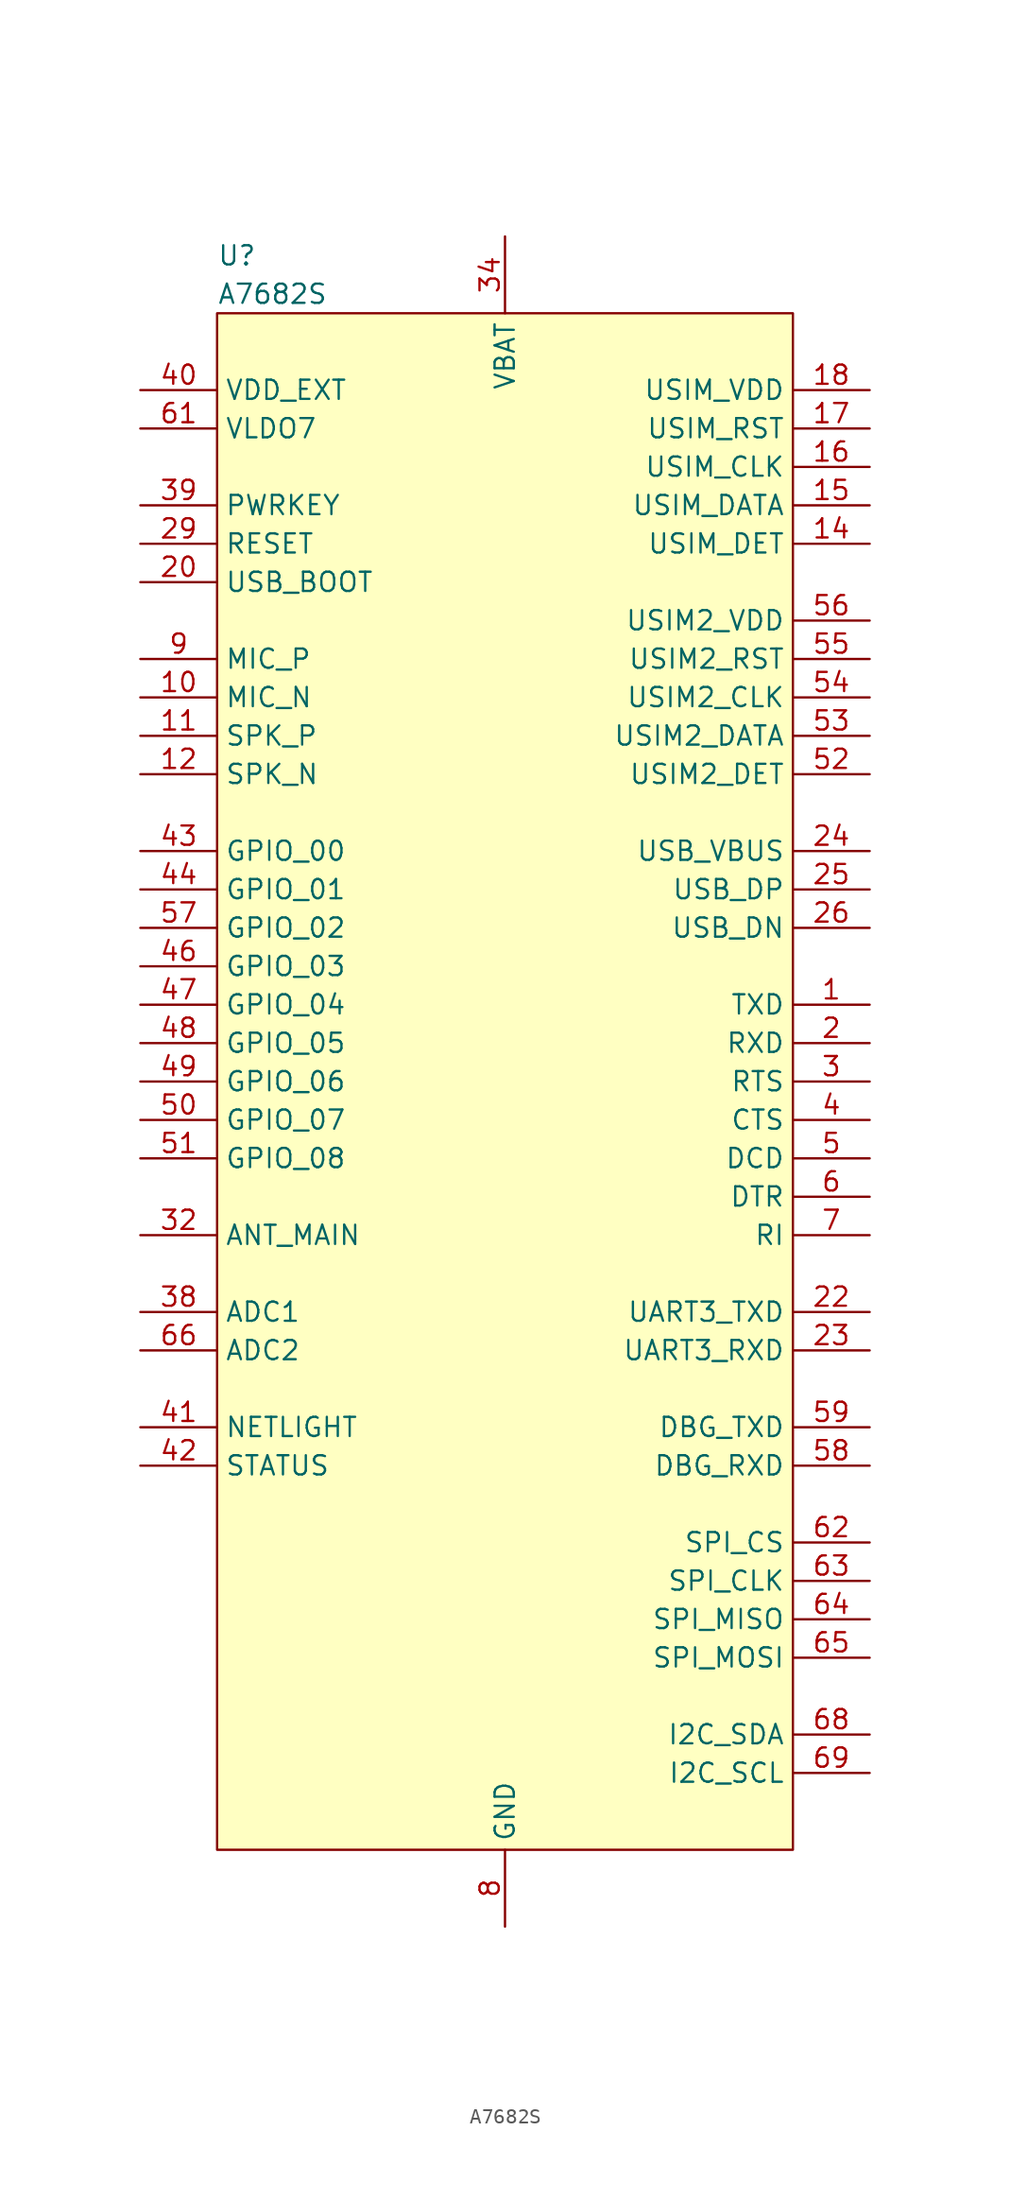
<source format=kicad_sym>
(kicad_symbol_lib
  (version 20220914)
  (generator kicad_symbol_editor)
  (symbol "A7682S"
    (property "Reference" "U"
      (at -19.05 54.61 0)
      (effects (font (size 1.27 1.27)) (justify left)))
    (property "Value" "A7682S"
      (at -19.05 52.07 0)
      (effects (font (size 1.27 1.27)) (justify left)))
    (symbol "A7682S_0_0"
      (pin output line (at 24.13 5.08 180) (length 5.08) (name "TXD" (effects (font (size 1.27 1.27)))) (number "1" (effects (font (size 1.27 1.27)))))
      (pin input line (at -24.13 25.4 0) (length 5.08) (name "MIC_N" (effects (font (size 1.27 1.27)))) (number "10" (effects (font (size 1.27 1.27)))))
      (pin output line (at -24.13 22.86 0) (length 5.08) (name "SPK_P" (effects (font (size 1.27 1.27)))) (number "11" (effects (font (size 1.27 1.27)))))
      (pin output line (at -24.13 20.32 0) (length 5.08) (name "SPK_N" (effects (font (size 1.27 1.27)))) (number "12" (effects (font (size 1.27 1.27)))))
      (pin power_in line (at 0 -55.88 90) (length 5.08) hide (name "GND" (effects (font (size 1.27 1.27)))) (number "13" (effects (font (size 1.27 1.27)))))
      (pin bidirectional line (at 24.13 35.56 180) (length 5.08) (name "USIM_DET" (effects (font (size 1.27 1.27)))) (number "14" (effects (font (size 1.27 1.27)))))
      (pin bidirectional line (at 24.13 38.1 180) (length 5.08) (name "USIM_DATA" (effects (font (size 1.27 1.27)))) (number "15" (effects (font (size 1.27 1.27)))))
      (pin bidirectional line (at 24.13 40.64 180) (length 5.08) (name "USIM_CLK" (effects (font (size 1.27 1.27)))) (number "16" (effects (font (size 1.27 1.27)))))
      (pin bidirectional line (at 24.13 43.18 180) (length 5.08) (name "USIM_RST" (effects (font (size 1.27 1.27)))) (number "17" (effects (font (size 1.27 1.27)))))
      (pin power_out line (at 24.13 45.72 180) (length 5.08) (name "USIM_VDD" (effects (font (size 1.27 1.27)))) (number "18" (effects (font (size 1.27 1.27)))))
      (pin power_in line (at 0 -55.88 90) (length 5.08) hide (name "GND" (effects (font (size 1.27 1.27)))) (number "19" (effects (font (size 1.27 1.27)))))
      (pin input line (at 24.13 2.54 180) (length 5.08) (name "RXD" (effects (font (size 1.27 1.27)))) (number "2" (effects (font (size 1.27 1.27)))))
      (pin input line (at -24.13 33.02 0) (length 5.08) (name "USB_BOOT" (effects (font (size 1.27 1.27)))) (number "20" (effects (font (size 1.27 1.27)))))
      (pin power_in line (at 0 -55.88 90) (length 5.08) hide (name "GND" (effects (font (size 1.27 1.27)))) (number "21" (effects (font (size 1.27 1.27)))))
      (pin output line (at 24.13 -15.24 180) (length 5.08) (name "UART3_TXD" (effects (font (size 1.27 1.27)))) (number "22" (effects (font (size 1.27 1.27)))))
      (pin input line (at 24.13 -17.78 180) (length 5.08) (name "UART3_RXD" (effects (font (size 1.27 1.27)))) (number "23" (effects (font (size 1.27 1.27)))))
      (pin power_in line (at 24.13 15.24 180) (length 5.08) (name "USB_VBUS" (effects (font (size 1.27 1.27)))) (number "24" (effects (font (size 1.27 1.27)))))
      (pin bidirectional line (at 24.13 12.7 180) (length 5.08) (name "USB_DP" (effects (font (size 1.27 1.27)))) (number "25" (effects (font (size 1.27 1.27)))))
      (pin bidirectional line (at 24.13 10.16 180) (length 5.08) (name "USB_DN" (effects (font (size 1.27 1.27)))) (number "26" (effects (font (size 1.27 1.27)))))
      (pin power_in line (at 0 -55.88 90) (length 5.08) hide (name "GND" (effects (font (size 1.27 1.27)))) (number "27" (effects (font (size 1.27 1.27)))))
      (pin no_connect line (at 0 10.16 180) (length 5.08) hide (name "NC" (effects (font (size 1.27 1.27)))) (number "28" (effects (font (size 1.27 1.27)))))
      (pin input line (at -24.13 35.56 0) (length 5.08) (name "RESET" (effects (font (size 1.27 1.27)))) (number "29" (effects (font (size 1.27 1.27)))))
      (pin input line (at 24.13 0 180) (length 5.08) (name "RTS" (effects (font (size 1.27 1.27)))) (number "3" (effects (font (size 1.27 1.27)))))
      (pin power_in line (at 0 -55.88 90) (length 5.08) hide (name "GND" (effects (font (size 1.27 1.27)))) (number "30" (effects (font (size 1.27 1.27)))))
      (pin power_in line (at 0 -55.88 90) (length 5.08) hide (name "GND" (effects (font (size 1.27 1.27)))) (number "31" (effects (font (size 1.27 1.27)))))
      (pin bidirectional line (at -24.13 -10.16 0) (length 5.08) (name "ANT_MAIN" (effects (font (size 1.27 1.27)))) (number "32" (effects (font (size 1.27 1.27)))))
      (pin power_in line (at 0 -55.88 90) (length 5.08) hide (name "GND" (effects (font (size 1.27 1.27)))) (number "33" (effects (font (size 1.27 1.27)))))
      (pin power_in line (at 0 55.88 270) (length 5.08) (name "VBAT" (effects (font (size 1.27 1.27)))) (number "34" (effects (font (size 1.27 1.27)))))
      (pin power_in line (at 0 55.88 270) (length 5.08) hide (name "VBAT" (effects (font (size 1.27 1.27)))) (number "35" (effects (font (size 1.27 1.27)))))
      (pin power_in line (at 0 -55.88 90) (length 5.08) hide (name "GND" (effects (font (size 1.27 1.27)))) (number "36" (effects (font (size 1.27 1.27)))))
      (pin power_in line (at 0 -55.88 90) (length 5.08) hide (name "GND" (effects (font (size 1.27 1.27)))) (number "37" (effects (font (size 1.27 1.27)))))
      (pin input line (at -24.13 -15.24 0) (length 5.08) (name "ADC1" (effects (font (size 1.27 1.27)))) (number "38" (effects (font (size 1.27 1.27)))))
      (pin input line (at -24.13 38.1 0) (length 5.08) (name "PWRKEY" (effects (font (size 1.27 1.27)))) (number "39" (effects (font (size 1.27 1.27)))))
      (pin output line (at 24.13 -2.54 180) (length 5.08) (name "CTS" (effects (font (size 1.27 1.27)))) (number "4" (effects (font (size 1.27 1.27)))))
      (pin power_out line (at -24.13 45.72 0) (length 5.08) (name "VDD_EXT" (effects (font (size 1.27 1.27)))) (number "40" (effects (font (size 1.27 1.27)))))
      (pin output line (at -24.13 -22.86 0) (length 5.08) (name "NETLIGHT" (effects (font (size 1.27 1.27)))) (number "41" (effects (font (size 1.27 1.27)))))
      (pin output line (at -24.13 -25.4 0) (length 5.08) (name "STATUS" (effects (font (size 1.27 1.27)))) (number "42" (effects (font (size 1.27 1.27)))))
      (pin bidirectional line (at -24.13 15.24 0) (length 5.08) (name "GPIO_00" (effects (font (size 1.27 1.27)))) (number "43" (effects (font (size 1.27 1.27)))))
      (pin bidirectional line (at -24.13 12.7 0) (length 5.08) (name "GPIO_01" (effects (font (size 1.27 1.27)))) (number "44" (effects (font (size 1.27 1.27)))))
      (pin power_in line (at 0 -55.88 90) (length 5.08) hide (name "GND" (effects (font (size 1.27 1.27)))) (number "45" (effects (font (size 1.27 1.27)))))
      (pin bidirectional line (at -24.13 7.62 0) (length 5.08) (name "GPIO_03" (effects (font (size 1.27 1.27)))) (number "46" (effects (font (size 1.27 1.27)))))
      (pin bidirectional line (at -24.13 5.08 0) (length 5.08) (name "GPIO_04" (effects (font (size 1.27 1.27)))) (number "47" (effects (font (size 1.27 1.27)))))
      (pin bidirectional line (at -24.13 2.54 0) (length 5.08) (name "GPIO_05" (effects (font (size 1.27 1.27)))) (number "48" (effects (font (size 1.27 1.27)))))
      (pin bidirectional line (at -24.13 0 0) (length 5.08) (name "GPIO_06" (effects (font (size 1.27 1.27)))) (number "49" (effects (font (size 1.27 1.27)))))
      (pin output line (at 24.13 -5.08 180) (length 5.08) (name "DCD" (effects (font (size 1.27 1.27)))) (number "5" (effects (font (size 1.27 1.27)))))
      (pin bidirectional line (at -24.13 -2.54 0) (length 5.08) (name "GPIO_07" (effects (font (size 1.27 1.27)))) (number "50" (effects (font (size 1.27 1.27)))))
      (pin bidirectional line (at -24.13 -5.08 0) (length 5.08) (name "GPIO_08" (effects (font (size 1.27 1.27)))) (number "51" (effects (font (size 1.27 1.27)))))
      (pin bidirectional line (at 24.13 20.32 180) (length 5.08) (name "USIM2_DET" (effects (font (size 1.27 1.27)))) (number "52" (effects (font (size 1.27 1.27)))))
      (pin bidirectional line (at 24.13 22.86 180) (length 5.08) (name "USIM2_DATA" (effects (font (size 1.27 1.27)))) (number "53" (effects (font (size 1.27 1.27)))))
      (pin bidirectional line (at 24.13 25.4 180) (length 5.08) (name "USIM2_CLK" (effects (font (size 1.27 1.27)))) (number "54" (effects (font (size 1.27 1.27)))))
      (pin bidirectional line (at 24.13 27.94 180) (length 5.08) (name "USIM2_RST" (effects (font (size 1.27 1.27)))) (number "55" (effects (font (size 1.27 1.27)))))
      (pin power_out line (at 24.13 30.48 180) (length 5.08) (name "USIM2_VDD" (effects (font (size 1.27 1.27)))) (number "56" (effects (font (size 1.27 1.27)))))
      (pin bidirectional line (at -24.13 10.16 0) (length 5.08) (name "GPIO_02" (effects (font (size 1.27 1.27)))) (number "57" (effects (font (size 1.27 1.27)))))
      (pin input line (at 24.13 -25.4 180) (length 5.08) (name "DBG_RXD" (effects (font (size 1.27 1.27)))) (number "58" (effects (font (size 1.27 1.27)))))
      (pin output line (at 24.13 -22.86 180) (length 5.08) (name "DBG_TXD" (effects (font (size 1.27 1.27)))) (number "59" (effects (font (size 1.27 1.27)))))
      (pin input line (at 24.13 -7.62 180) (length 5.08) (name "DTR" (effects (font (size 1.27 1.27)))) (number "6" (effects (font (size 1.27 1.27)))))
      (pin no_connect line (at 0 8.89 180) (length 5.08) hide (name "NC" (effects (font (size 1.27 1.27)))) (number "60" (effects (font (size 1.27 1.27)))))
      (pin power_out line (at -24.13 43.18 0) (length 5.08) (name "VLDO7" (effects (font (size 1.27 1.27)))) (number "61" (effects (font (size 1.27 1.27)))))
      (pin output line (at 24.13 -30.48 180) (length 5.08) (name "SPI_CS" (effects (font (size 1.27 1.27)))) (number "62" (effects (font (size 1.27 1.27)))))
      (pin output line (at 24.13 -33.02 180) (length 5.08) (name "SPI_CLK" (effects (font (size 1.27 1.27)))) (number "63" (effects (font (size 1.27 1.27)))))
      (pin input line (at 24.13 -35.56 180) (length 5.08) (name "SPI_MISO" (effects (font (size 1.27 1.27)))) (number "64" (effects (font (size 1.27 1.27)))))
      (pin output line (at 24.13 -38.1 180) (length 5.08) (name "SPI_MOSI" (effects (font (size 1.27 1.27)))) (number "65" (effects (font (size 1.27 1.27)))))
      (pin input line (at -24.13 -17.78 0) (length 5.08) (name "ADC2" (effects (font (size 1.27 1.27)))) (number "66" (effects (font (size 1.27 1.27)))))
      (pin power_in line (at 0 -55.88 90) (length 5.08) hide (name "GND" (effects (font (size 1.27 1.27)))) (number "67" (effects (font (size 1.27 1.27)))))
      (pin output line (at 24.13 -43.18 180) (length 5.08) (name "I2C_SDA" (effects (font (size 1.27 1.27)))) (number "68" (effects (font (size 1.27 1.27)))))
      (pin bidirectional line (at 24.13 -45.72 180) (length 5.08) (name "I2C_SCL" (effects (font (size 1.27 1.27)))) (number "69" (effects (font (size 1.27 1.27)))))
      (pin output line (at 24.13 -10.16 180) (length 5.08) (name "RI" (effects (font (size 1.27 1.27)))) (number "7" (effects (font (size 1.27 1.27)))))
      (pin power_in line (at 0 -55.88 90) (length 5.08) hide (name "GND" (effects (font (size 1.27 1.27)))) (number "70" (effects (font (size 1.27 1.27)))))
      (pin power_in line (at 0 -55.88 90) (length 5.08) hide (name "GND" (effects (font (size 1.27 1.27)))) (number "71" (effects (font (size 1.27 1.27)))))
      (pin no_connect line (at 0 7.62 180) (length 5.08) hide (name "NC" (effects (font (size 1.27 1.27)))) (number "72" (effects (font (size 1.27 1.27)))))
      (pin no_connect line (at 0 6.35 180) (length 5.08) hide (name "NC" (effects (font (size 1.27 1.27)))) (number "73" (effects (font (size 1.27 1.27)))))
      (pin no_connect line (at 0 5.08 180) (length 5.08) hide (name "NC" (effects (font (size 1.27 1.27)))) (number "74" (effects (font (size 1.27 1.27)))))
      (pin no_connect line (at 0 3.81 180) (length 5.08) hide (name "NC" (effects (font (size 1.27 1.27)))) (number "75" (effects (font (size 1.27 1.27)))))
      (pin no_connect line (at 0 2.54 180) (length 5.08) hide (name "NC" (effects (font (size 1.27 1.27)))) (number "76" (effects (font (size 1.27 1.27)))))
      (pin no_connect line (at 0 1.27 180) (length 5.08) hide (name "NC" (effects (font (size 1.27 1.27)))) (number "77" (effects (font (size 1.27 1.27)))))
      (pin no_connect line (at 0 0 180) (length 5.08) hide (name "NC" (effects (font (size 1.27 1.27)))) (number "78" (effects (font (size 1.27 1.27)))))
      (pin no_connect line (at 0 -1.27 180) (length 5.08) hide (name "NC" (effects (font (size 1.27 1.27)))) (number "79" (effects (font (size 1.27 1.27)))))
      (pin power_in line (at 0 -55.88 90) (length 5.08) (name "GND" (effects (font (size 1.27 1.27)))) (number "8" (effects (font (size 1.27 1.27)))))
      (pin no_connect line (at 0 -2.54 180) (length 5.08) hide (name "NC" (effects (font (size 1.27 1.27)))) (number "80" (effects (font (size 1.27 1.27)))))
      (pin no_connect line (at 0 -3.81 180) (length 5.08) hide (name "NC" (effects (font (size 1.27 1.27)))) (number "81" (effects (font (size 1.27 1.27)))))
      (pin no_connect line (at 0 -5.08 180) (length 5.08) hide (name "NC" (effects (font (size 1.27 1.27)))) (number "82" (effects (font (size 1.27 1.27)))))
      (pin no_connect line (at 0 -6.35 180) (length 5.08) hide (name "NC" (effects (font (size 1.27 1.27)))) (number "83" (effects (font (size 1.27 1.27)))))
      (pin no_connect line (at 0 -7.62 180) (length 5.08) hide (name "NC" (effects (font (size 1.27 1.27)))) (number "84" (effects (font (size 1.27 1.27)))))
      (pin no_connect line (at 0 -8.89 180) (length 5.08) hide (name "NC" (effects (font (size 1.27 1.27)))) (number "85" (effects (font (size 1.27 1.27)))))
      (pin no_connect line (at 0 -10.16 180) (length 5.08) hide (name "NC" (effects (font (size 1.27 1.27)))) (number "86" (effects (font (size 1.27 1.27)))))
      (pin power_in line (at 0 -55.88 90) (length 5.08) hide (name "GND" (effects (font (size 1.27 1.27)))) (number "87" (effects (font (size 1.27 1.27)))))
      (pin power_in line (at 0 -55.88 90) (length 5.08) hide (name "GND" (effects (font (size 1.27 1.27)))) (number "88" (effects (font (size 1.27 1.27)))))
      (pin power_in line (at 0 -55.88 90) (length 5.08) hide (name "GND" (effects (font (size 1.27 1.27)))) (number "89" (effects (font (size 1.27 1.27)))))
      (pin input line (at -24.13 27.94 0) (length 5.08) (name "MIC_P" (effects (font (size 1.27 1.27)))) (number "9" (effects (font (size 1.27 1.27)))))
      (pin power_in line (at 0 -55.88 90) (length 5.08) hide (name "GND" (effects (font (size 1.27 1.27)))) (number "90" (effects (font (size 1.27 1.27)))))
      (pin power_in line (at 0 -55.88 90) (length 5.08) hide (name "GND" (effects (font (size 1.27 1.27)))) (number "91" (effects (font (size 1.27 1.27)))))
      (pin power_in line (at 0 -55.88 90) (length 5.08) hide (name "GND" (effects (font (size 1.27 1.27)))) (number "92" (effects (font (size 1.27 1.27))))))
    (symbol "A7682S_1_1"
      (rectangle (start -19.05 50.8) (end 19.05 -50.8) (stroke (width 0) (type default)) (fill (type background))))))
</source>
